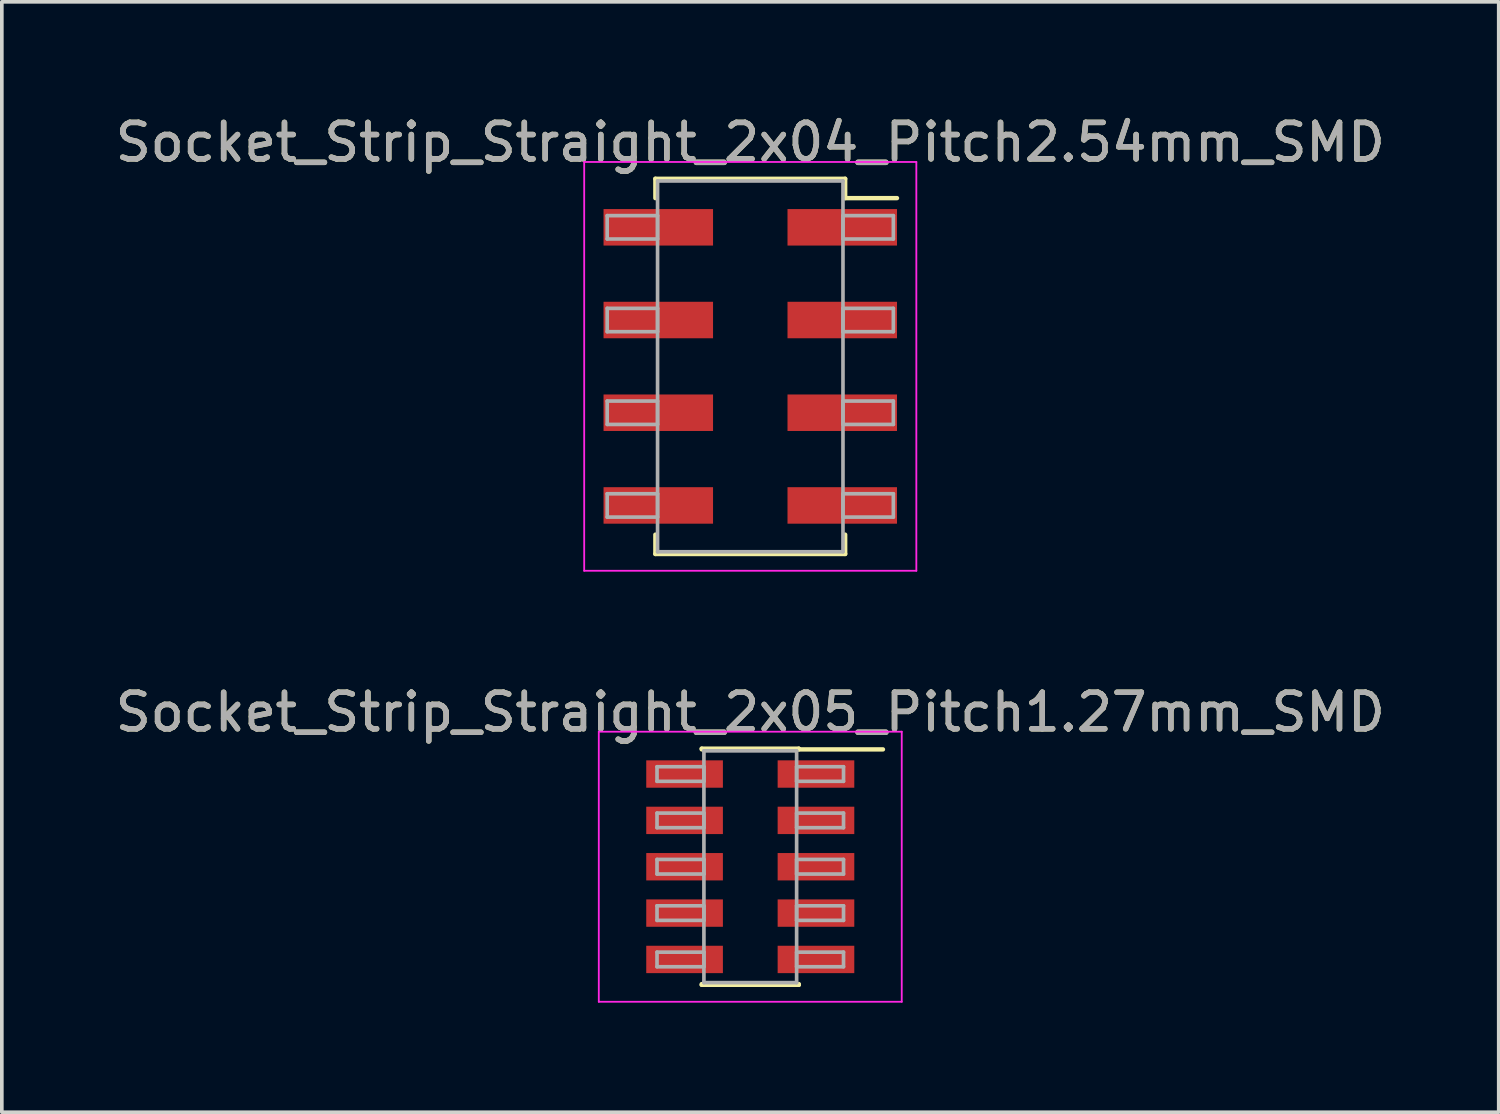
<source format=kicad_pcb>
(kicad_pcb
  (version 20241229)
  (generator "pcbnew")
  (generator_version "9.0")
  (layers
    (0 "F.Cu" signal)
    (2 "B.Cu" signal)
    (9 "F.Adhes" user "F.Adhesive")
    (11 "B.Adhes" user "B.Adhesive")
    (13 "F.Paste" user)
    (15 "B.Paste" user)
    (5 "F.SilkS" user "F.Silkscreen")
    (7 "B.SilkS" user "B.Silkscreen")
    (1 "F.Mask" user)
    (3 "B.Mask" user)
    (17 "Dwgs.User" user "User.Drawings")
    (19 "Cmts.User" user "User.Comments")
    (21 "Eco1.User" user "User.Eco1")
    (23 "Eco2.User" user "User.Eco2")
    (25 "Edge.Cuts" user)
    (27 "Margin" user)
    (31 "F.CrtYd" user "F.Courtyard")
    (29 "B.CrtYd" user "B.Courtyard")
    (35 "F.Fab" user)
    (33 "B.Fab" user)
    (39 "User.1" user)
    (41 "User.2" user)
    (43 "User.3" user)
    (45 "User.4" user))
  (footprint "Socket_Strip_Straight_2x04_Pitch2.54mm_SMD"
    (layer "F.Cu")
    (at 17.506 6.988)
    (property "Reference" "Socket_Strip_Straight_2x04_Pitch2.54mm_SMD" (at 0 -6.14 0) (layer "F.SilkS") (effects (font (size 1 1) (thickness 0.15))))
    (attr smd)
    (fp_line (start -2.6 -5.14) (end 2.6 -5.14) (stroke (width 0.12) (type solid)) (layer "F.SilkS"))
    (fp_line (start -2.6 -4.61) (end -2.6 -5.14) (stroke (width 0.12) (type solid)) (layer "F.SilkS"))
    (fp_line (start -2.6 4.61) (end -2.6 5.14) (stroke (width 0.12) (type solid)) (layer "F.SilkS"))
    (fp_line (start -2.6 5.14) (end 2.6 5.14) (stroke (width 0.12) (type solid)) (layer "F.SilkS"))
    (fp_line (start 2.6 -5.14) (end 2.6 -4.61) (stroke (width 0.12) (type solid)) (layer "F.SilkS"))
    (fp_line (start 2.6 5.14) (end 2.6 4.61) (stroke (width 0.12) (type solid)) (layer "F.SilkS"))
    (fp_line (start 4.02 -4.61) (end 2.6 -4.61) (stroke (width 0.12) (type solid)) (layer "F.SilkS"))
    (fp_line (start -4.55 -5.6) (end -4.55 5.6) (stroke (width 0.05) (type solid)) (layer "F.CrtYd"))
    (fp_line (start -4.55 5.6) (end 4.55 5.6) (stroke (width 0.05) (type solid)) (layer "F.CrtYd"))
    (fp_line (start 4.55 -5.6) (end -4.55 -5.6) (stroke (width 0.05) (type solid)) (layer "F.CrtYd"))
    (fp_line (start 4.55 5.6) (end 4.55 -5.6) (stroke (width 0.05) (type solid)) (layer "F.CrtYd"))
    (fp_line (start -3.92 -4.13) (end -2.54 -4.13) (stroke (width 0.1) (type solid)) (layer "F.Fab"))
    (fp_line (start -3.92 -3.49) (end -3.92 -4.13) (stroke (width 0.1) (type solid)) (layer "F.Fab"))
    (fp_line (start -3.92 -1.59) (end -2.54 -1.59) (stroke (width 0.1) (type solid)) (layer "F.Fab"))
    (fp_line (start -3.92 -0.95) (end -3.92 -1.59) (stroke (width 0.1) (type solid)) (layer "F.Fab"))
    (fp_line (start -3.92 0.95) (end -2.54 0.95) (stroke (width 0.1) (type solid)) (layer "F.Fab"))
    (fp_line (start -3.92 1.59) (end -3.92 0.95) (stroke (width 0.1) (type solid)) (layer "F.Fab"))
    (fp_line (start -3.92 3.49) (end -2.54 3.49) (stroke (width 0.1) (type solid)) (layer "F.Fab"))
    (fp_line (start -3.92 4.13) (end -3.92 3.49) (stroke (width 0.1) (type solid)) (layer "F.Fab"))
    (fp_line (start -2.54 -5.08) (end -2.54 5.08) (stroke (width 0.1) (type solid)) (layer "F.Fab"))
    (fp_line (start -2.54 -4.13) (end -2.54 -3.49) (stroke (width 0.1) (type solid)) (layer "F.Fab"))
    (fp_line (start -2.54 -3.49) (end -3.92 -3.49) (stroke (width 0.1) (type solid)) (layer "F.Fab"))
    (fp_line (start -2.54 -1.59) (end -2.54 -0.95) (stroke (width 0.1) (type solid)) (layer "F.Fab"))
    (fp_line (start -2.54 -0.95) (end -3.92 -0.95) (stroke (width 0.1) (type solid)) (layer "F.Fab"))
    (fp_line (start -2.54 0.95) (end -2.54 1.59) (stroke (width 0.1) (type solid)) (layer "F.Fab"))
    (fp_line (start -2.54 1.59) (end -3.92 1.59) (stroke (width 0.1) (type solid)) (layer "F.Fab"))
    (fp_line (start -2.54 3.49) (end -2.54 4.13) (stroke (width 0.1) (type solid)) (layer "F.Fab"))
    (fp_line (start -2.54 4.13) (end -3.92 4.13) (stroke (width 0.1) (type solid)) (layer "F.Fab"))
    (fp_line (start -2.54 5.08) (end 2.54 5.08) (stroke (width 0.1) (type solid)) (layer "F.Fab"))
    (fp_line (start 2.54 -5.08) (end -2.54 -5.08) (stroke (width 0.1) (type solid)) (layer "F.Fab"))
    (fp_line (start 2.54 -4.13) (end 2.54 -3.49) (stroke (width 0.1) (type solid)) (layer "F.Fab"))
    (fp_line (start 2.54 -3.49) (end 3.92 -3.49) (stroke (width 0.1) (type solid)) (layer "F.Fab"))
    (fp_line (start 2.54 -1.59) (end 2.54 -0.95) (stroke (width 0.1) (type solid)) (layer "F.Fab"))
    (fp_line (start 2.54 -0.95) (end 3.92 -0.95) (stroke (width 0.1) (type solid)) (layer "F.Fab"))
    (fp_line (start 2.54 0.95) (end 2.54 1.59) (stroke (width 0.1) (type solid)) (layer "F.Fab"))
    (fp_line (start 2.54 1.59) (end 3.92 1.59) (stroke (width 0.1) (type solid)) (layer "F.Fab"))
    (fp_line (start 2.54 3.49) (end 2.54 4.13) (stroke (width 0.1) (type solid)) (layer "F.Fab"))
    (fp_line (start 2.54 4.13) (end 3.92 4.13) (stroke (width 0.1) (type solid)) (layer "F.Fab"))
    (fp_line (start 2.54 5.08) (end 2.54 -5.08) (stroke (width 0.1) (type solid)) (layer "F.Fab"))
    (fp_line (start 3.92 -4.13) (end 2.54 -4.13) (stroke (width 0.1) (type solid)) (layer "F.Fab"))
    (fp_line (start 3.92 -3.49) (end 3.92 -4.13) (stroke (width 0.1) (type solid)) (layer "F.Fab"))
    (fp_line (start 3.92 -1.59) (end 2.54 -1.59) (stroke (width 0.1) (type solid)) (layer "F.Fab"))
    (fp_line (start 3.92 -0.95) (end 3.92 -1.59) (stroke (width 0.1) (type solid)) (layer "F.Fab"))
    (fp_line (start 3.92 0.95) (end 2.54 0.95) (stroke (width 0.1) (type solid)) (layer "F.Fab"))
    (fp_line (start 3.92 1.59) (end 3.92 0.95) (stroke (width 0.1) (type solid)) (layer "F.Fab"))
    (fp_line (start 3.92 3.49) (end 2.54 3.49) (stroke (width 0.1) (type solid)) (layer "F.Fab"))
    (fp_line (start 3.92 4.13) (end 3.92 3.49) (stroke (width 0.1) (type solid)) (layer "F.Fab"))
    (fp_text user "${REFERENCE}" (at 0 -6.14 0) (layer "F.Fab") (effects (font (size 1 1) (thickness 0.15))))
    (pad "1" smd rect (at 2.52 -3.81) (size 3 1) (layers "F.Cu" "F.Mask" "F.Paste"))
    (pad "2" smd rect (at -2.52 -3.81) (size 3 1) (layers "F.Cu" "F.Mask" "F.Paste"))
    (pad "3" smd rect (at 2.52 -1.27) (size 3 1) (layers "F.Cu" "F.Mask" "F.Paste"))
    (pad "4" smd rect (at -2.52 -1.27) (size 3 1) (layers "F.Cu" "F.Mask" "F.Paste"))
    (pad "5" smd rect (at 2.52 1.27) (size 3 1) (layers "F.Cu" "F.Mask" "F.Paste"))
    (pad "6" smd rect (at -2.52 1.27) (size 3 1) (layers "F.Cu" "F.Mask" "F.Paste"))
    (pad "7" smd rect (at 2.52 3.81) (size 3 1) (layers "F.Cu" "F.Mask" "F.Paste"))
    (pad "8" smd rect (at -2.52 3.81) (size 3 1) (layers "F.Cu" "F.Mask" "F.Paste")))
  (footprint "Socket_Strip_Straight_2x05_Pitch1.27mm_SMD"
    (layer "F.Cu")
    (at 17.506 20.697)
    (property "Reference" "Socket_Strip_Straight_2x05_Pitch1.27mm_SMD" (at 0 -4.235 0) (layer "F.SilkS") (effects (font (size 1 1) (thickness 0.15))))
    (attr smd)
    (fp_line (start -1.33 -3.235) (end 1.33 -3.235) (stroke (width 0.12) (type solid)) (layer "F.SilkS"))
    (fp_line (start -1.33 -3.215) (end -1.33 -3.235) (stroke (width 0.12) (type solid)) (layer "F.SilkS"))
    (fp_line (start -1.33 3.215) (end -1.33 3.235) (stroke (width 0.12) (type solid)) (layer "F.SilkS"))
    (fp_line (start -1.33 3.235) (end 1.33 3.235) (stroke (width 0.12) (type solid)) (layer "F.SilkS"))
    (fp_line (start 1.33 -3.235) (end 1.33 -3.215) (stroke (width 0.12) (type solid)) (layer "F.SilkS"))
    (fp_line (start 1.33 3.235) (end 1.33 3.215) (stroke (width 0.12) (type solid)) (layer "F.SilkS"))
    (fp_line (start 3.635 -3.215) (end 1.33 -3.215) (stroke (width 0.12) (type solid)) (layer "F.SilkS"))
    (fp_line (start -4.15 -3.7) (end -4.15 3.7) (stroke (width 0.05) (type solid)) (layer "F.CrtYd"))
    (fp_line (start -4.15 3.7) (end 4.15 3.7) (stroke (width 0.05) (type solid)) (layer "F.CrtYd"))
    (fp_line (start 4.15 -3.7) (end -4.15 -3.7) (stroke (width 0.05) (type solid)) (layer "F.CrtYd"))
    (fp_line (start 4.15 3.7) (end 4.15 -3.7) (stroke (width 0.05) (type solid)) (layer "F.CrtYd"))
    (fp_line (start -2.555 -2.74) (end -1.27 -2.74) (stroke (width 0.1) (type solid)) (layer "F.Fab"))
    (fp_line (start -2.555 -2.34) (end -2.555 -2.74) (stroke (width 0.1) (type solid)) (layer "F.Fab"))
    (fp_line (start -2.555 -1.47) (end -1.27 -1.47) (stroke (width 0.1) (type solid)) (layer "F.Fab"))
    (fp_line (start -2.555 -1.07) (end -2.555 -1.47) (stroke (width 0.1) (type solid)) (layer "F.Fab"))
    (fp_line (start -2.555 -0.2) (end -1.27 -0.2) (stroke (width 0.1) (type solid)) (layer "F.Fab"))
    (fp_line (start -2.555 0.2) (end -2.555 -0.2) (stroke (width 0.1) (type solid)) (layer "F.Fab"))
    (fp_line (start -2.555 1.07) (end -1.27 1.07) (stroke (width 0.1) (type solid)) (layer "F.Fab"))
    (fp_line (start -2.555 1.47) (end -2.555 1.07) (stroke (width 0.1) (type solid)) (layer "F.Fab"))
    (fp_line (start -2.555 2.34) (end -1.27 2.34) (stroke (width 0.1) (type solid)) (layer "F.Fab"))
    (fp_line (start -2.555 2.74) (end -2.555 2.34) (stroke (width 0.1) (type solid)) (layer "F.Fab"))
    (fp_line (start -1.27 -3.175) (end -1.27 3.175) (stroke (width 0.1) (type solid)) (layer "F.Fab"))
    (fp_line (start -1.27 -2.74) (end -1.27 -2.34) (stroke (width 0.1) (type solid)) (layer "F.Fab"))
    (fp_line (start -1.27 -2.34) (end -2.555 -2.34) (stroke (width 0.1) (type solid)) (layer "F.Fab"))
    (fp_line (start -1.27 -1.47) (end -1.27 -1.07) (stroke (width 0.1) (type solid)) (layer "F.Fab"))
    (fp_line (start -1.27 -1.07) (end -2.555 -1.07) (stroke (width 0.1) (type solid)) (layer "F.Fab"))
    (fp_line (start -1.27 -0.2) (end -1.27 0.2) (stroke (width 0.1) (type solid)) (layer "F.Fab"))
    (fp_line (start -1.27 0.2) (end -2.555 0.2) (stroke (width 0.1) (type solid)) (layer "F.Fab"))
    (fp_line (start -1.27 1.07) (end -1.27 1.47) (stroke (width 0.1) (type solid)) (layer "F.Fab"))
    (fp_line (start -1.27 1.47) (end -2.555 1.47) (stroke (width 0.1) (type solid)) (layer "F.Fab"))
    (fp_line (start -1.27 2.34) (end -1.27 2.74) (stroke (width 0.1) (type solid)) (layer "F.Fab"))
    (fp_line (start -1.27 2.74) (end -2.555 2.74) (stroke (width 0.1) (type solid)) (layer "F.Fab"))
    (fp_line (start -1.27 3.175) (end 1.27 3.175) (stroke (width 0.1) (type solid)) (layer "F.Fab"))
    (fp_line (start 1.27 -3.175) (end -1.27 -3.175) (stroke (width 0.1) (type solid)) (layer "F.Fab"))
    (fp_line (start 1.27 -2.74) (end 1.27 -2.34) (stroke (width 0.1) (type solid)) (layer "F.Fab"))
    (fp_line (start 1.27 -2.34) (end 2.555 -2.34) (stroke (width 0.1) (type solid)) (layer "F.Fab"))
    (fp_line (start 1.27 -1.47) (end 1.27 -1.07) (stroke (width 0.1) (type solid)) (layer "F.Fab"))
    (fp_line (start 1.27 -1.07) (end 2.555 -1.07) (stroke (width 0.1) (type solid)) (layer "F.Fab"))
    (fp_line (start 1.27 -0.2) (end 1.27 0.2) (stroke (width 0.1) (type solid)) (layer "F.Fab"))
    (fp_line (start 1.27 0.2) (end 2.555 0.2) (stroke (width 0.1) (type solid)) (layer "F.Fab"))
    (fp_line (start 1.27 1.07) (end 1.27 1.47) (stroke (width 0.1) (type solid)) (layer "F.Fab"))
    (fp_line (start 1.27 1.47) (end 2.555 1.47) (stroke (width 0.1) (type solid)) (layer "F.Fab"))
    (fp_line (start 1.27 2.34) (end 1.27 2.74) (stroke (width 0.1) (type solid)) (layer "F.Fab"))
    (fp_line (start 1.27 2.74) (end 2.555 2.74) (stroke (width 0.1) (type solid)) (layer "F.Fab"))
    (fp_line (start 1.27 3.175) (end 1.27 -3.175) (stroke (width 0.1) (type solid)) (layer "F.Fab"))
    (fp_line (start 2.555 -2.74) (end 1.27 -2.74) (stroke (width 0.1) (type solid)) (layer "F.Fab"))
    (fp_line (start 2.555 -2.34) (end 2.555 -2.74) (stroke (width 0.1) (type solid)) (layer "F.Fab"))
    (fp_line (start 2.555 -1.47) (end 1.27 -1.47) (stroke (width 0.1) (type solid)) (layer "F.Fab"))
    (fp_line (start 2.555 -1.07) (end 2.555 -1.47) (stroke (width 0.1) (type solid)) (layer "F.Fab"))
    (fp_line (start 2.555 -0.2) (end 1.27 -0.2) (stroke (width 0.1) (type solid)) (layer "F.Fab"))
    (fp_line (start 2.555 0.2) (end 2.555 -0.2) (stroke (width 0.1) (type solid)) (layer "F.Fab"))
    (fp_line (start 2.555 1.07) (end 1.27 1.07) (stroke (width 0.1) (type solid)) (layer "F.Fab"))
    (fp_line (start 2.555 1.47) (end 2.555 1.07) (stroke (width 0.1) (type solid)) (layer "F.Fab"))
    (fp_line (start 2.555 2.34) (end 1.27 2.34) (stroke (width 0.1) (type solid)) (layer "F.Fab"))
    (fp_line (start 2.555 2.74) (end 2.555 2.34) (stroke (width 0.1) (type solid)) (layer "F.Fab"))
    (fp_text user "${REFERENCE}" (at 0 -4.235 0) (layer "F.Fab") (effects (font (size 1 1) (thickness 0.15))))
    (pad "1" smd rect (at 1.8 -2.54) (size 2.1 0.75) (layers "F.Cu" "F.Mask" "F.Paste"))
    (pad "2" smd rect (at -1.8 -2.54) (size 2.1 0.75) (layers "F.Cu" "F.Mask" "F.Paste"))
    (pad "3" smd rect (at 1.8 -1.27) (size 2.1 0.75) (layers "F.Cu" "F.Mask" "F.Paste"))
    (pad "4" smd rect (at -1.8 -1.27) (size 2.1 0.75) (layers "F.Cu" "F.Mask" "F.Paste"))
    (pad "5" smd rect (at 1.8 0) (size 2.1 0.75) (layers "F.Cu" "F.Mask" "F.Paste"))
    (pad "6" smd rect (at -1.8 0) (size 2.1 0.75) (layers "F.Cu" "F.Mask" "F.Paste"))
    (pad "7" smd rect (at 1.8 1.27) (size 2.1 0.75) (layers "F.Cu" "F.Mask" "F.Paste"))
    (pad "8" smd rect (at -1.8 1.27) (size 2.1 0.75) (layers "F.Cu" "F.Mask" "F.Paste"))
    (pad "9" smd rect (at 1.8 2.54) (size 2.1 0.75) (layers "F.Cu" "F.Mask" "F.Paste"))
    (pad "10" smd rect (at -1.8 2.54) (size 2.1 0.75) (layers "F.Cu" "F.Mask" "F.Paste")))
  (gr_rect
    (start -3 -3)
    (end 38.012 27.422)
    (stroke (width 0.1) (type default))
    (fill no)
    (layer "Edge.Cuts")))
</source>
